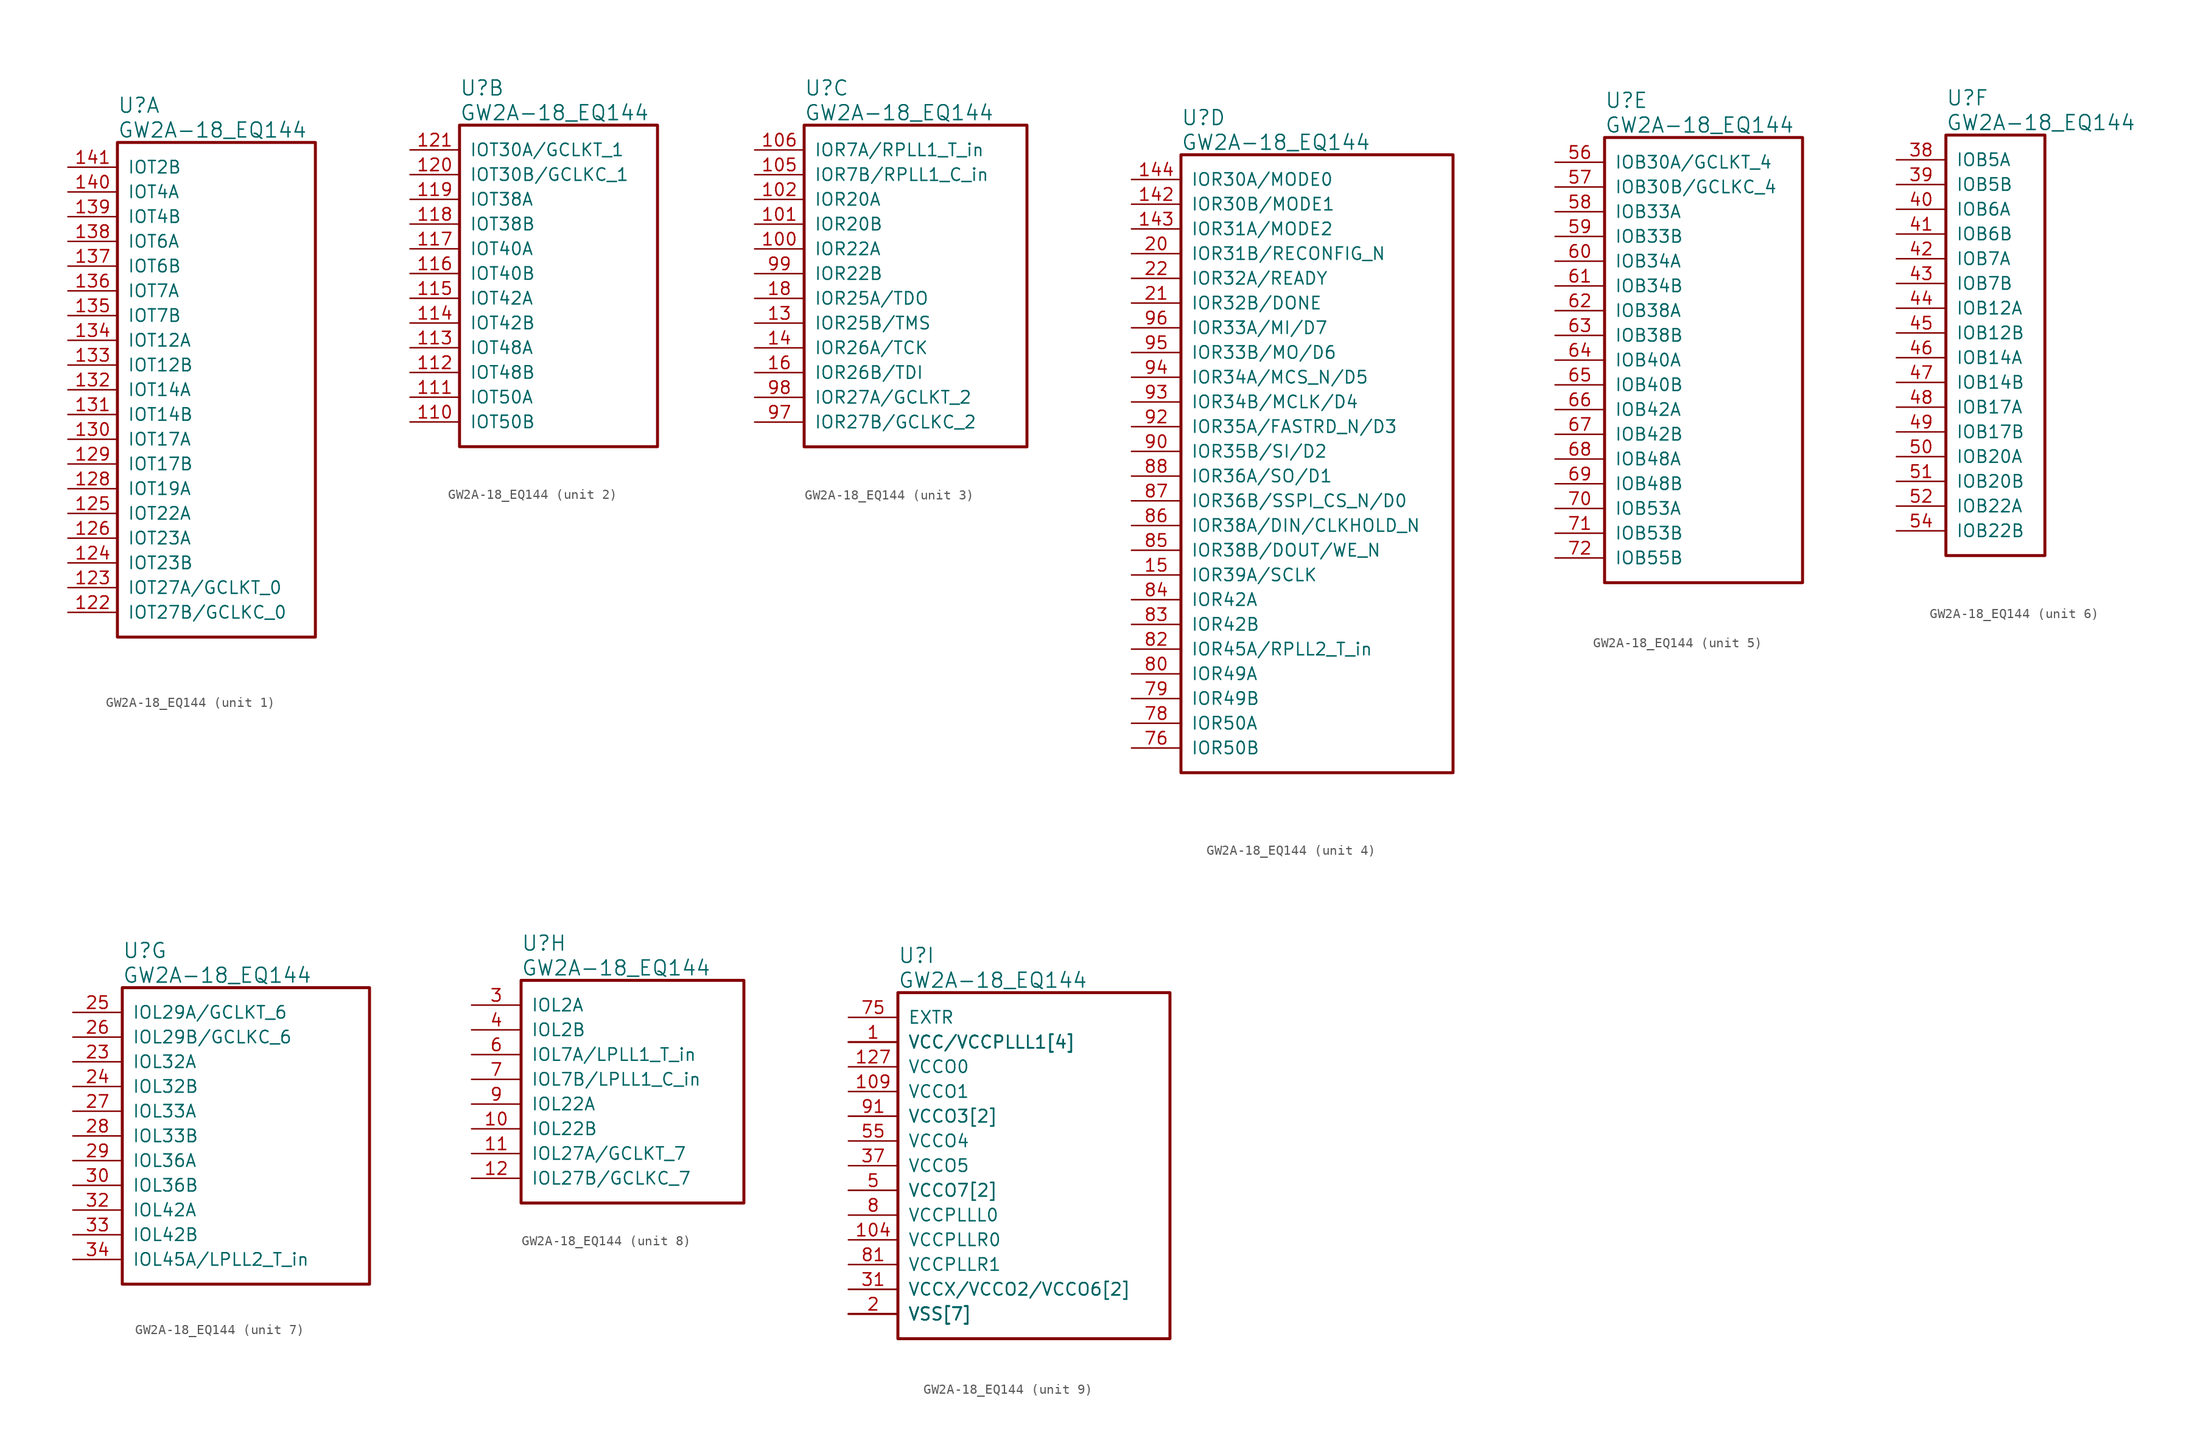
<source format=kicad_sym>
(kicad_symbol_lib
  (version 20220914)
  (generator kicad_symbol_editor)
  (symbol "GW2A-18_EQ144"
    (pin_names
      (offset 1.016))
    (property "Reference" "U"
      (at 5.08 6.35 0)
      (effects (font (size 1.524 1.524)) (justify left)))
    (property "Value" "GW2A-18_EQ144"
      (at 5.08 3.81 0)
      (effects (font (size 1.524 1.524)) (justify left)))
    (property "ki_locked" ""
      (at 0 0 0)
      (effects (font (size 1.27 1.27))))
    (symbol "GW2A-18_EQ144_1_1"
      (rectangle (start 5.08 2.54) (end 25.4 -48.26) (stroke (width 0.305) (type solid)) (fill (type none)))
      (pin bidirectional line (at 0 -45.72 0) (length 5.08) (name "IOT27B/GCLKC_0" (effects (font (size 1.27 1.27)))) (number "122" (effects (font (size 1.27 1.27)))))
      (pin bidirectional line (at 0 -43.18 0) (length 5.08) (name "IOT27A/GCLKT_0" (effects (font (size 1.27 1.27)))) (number "123" (effects (font (size 1.27 1.27)))))
      (pin bidirectional line (at 0 -40.64 0) (length 5.08) (name "IOT23B" (effects (font (size 1.27 1.27)))) (number "124" (effects (font (size 1.27 1.27)))))
      (pin bidirectional line (at 0 -35.56 0) (length 5.08) (name "IOT22A" (effects (font (size 1.27 1.27)))) (number "125" (effects (font (size 1.27 1.27)))))
      (pin bidirectional line (at 0 -38.1 0) (length 5.08) (name "IOT23A" (effects (font (size 1.27 1.27)))) (number "126" (effects (font (size 1.27 1.27)))))
      (pin bidirectional line (at 0 -33.02 0) (length 5.08) (name "IOT19A" (effects (font (size 1.27 1.27)))) (number "128" (effects (font (size 1.27 1.27)))))
      (pin bidirectional line (at 0 -30.48 0) (length 5.08) (name "IOT17B" (effects (font (size 1.27 1.27)))) (number "129" (effects (font (size 1.27 1.27)))))
      (pin bidirectional line (at 0 -27.94 0) (length 5.08) (name "IOT17A" (effects (font (size 1.27 1.27)))) (number "130" (effects (font (size 1.27 1.27)))))
      (pin bidirectional line (at 0 -25.4 0) (length 5.08) (name "IOT14B" (effects (font (size 1.27 1.27)))) (number "131" (effects (font (size 1.27 1.27)))))
      (pin bidirectional line (at 0 -22.86 0) (length 5.08) (name "IOT14A" (effects (font (size 1.27 1.27)))) (number "132" (effects (font (size 1.27 1.27)))))
      (pin bidirectional line (at 0 -20.32 0) (length 5.08) (name "IOT12B" (effects (font (size 1.27 1.27)))) (number "133" (effects (font (size 1.27 1.27)))))
      (pin bidirectional line (at 0 -17.78 0) (length 5.08) (name "IOT12A" (effects (font (size 1.27 1.27)))) (number "134" (effects (font (size 1.27 1.27)))))
      (pin bidirectional line (at 0 -15.24 0) (length 5.08) (name "IOT7B" (effects (font (size 1.27 1.27)))) (number "135" (effects (font (size 1.27 1.27)))))
      (pin bidirectional line (at 0 -12.7 0) (length 5.08) (name "IOT7A" (effects (font (size 1.27 1.27)))) (number "136" (effects (font (size 1.27 1.27)))))
      (pin bidirectional line (at 0 -10.16 0) (length 5.08) (name "IOT6B" (effects (font (size 1.27 1.27)))) (number "137" (effects (font (size 1.27 1.27)))))
      (pin bidirectional line (at 0 -7.62 0) (length 5.08) (name "IOT6A" (effects (font (size 1.27 1.27)))) (number "138" (effects (font (size 1.27 1.27)))))
      (pin bidirectional line (at 0 -5.08 0) (length 5.08) (name "IOT4B" (effects (font (size 1.27 1.27)))) (number "139" (effects (font (size 1.27 1.27)))))
      (pin bidirectional line (at 0 -2.54 0) (length 5.08) (name "IOT4A" (effects (font (size 1.27 1.27)))) (number "140" (effects (font (size 1.27 1.27)))))
      (pin bidirectional line (at 0 0 0) (length 5.08) (name "IOT2B" (effects (font (size 1.27 1.27)))) (number "141" (effects (font (size 1.27 1.27))))))
    (symbol "GW2A-18_EQ144_2_1"
      (rectangle (start 5.08 2.54) (end 25.4 -30.48) (stroke (width 0.305) (type solid)) (fill (type none)))
      (pin bidirectional line (at 0 -27.94 0) (length 5.08) (name "IOT50B" (effects (font (size 1.27 1.27)))) (number "110" (effects (font (size 1.27 1.27)))))
      (pin bidirectional line (at 0 -25.4 0) (length 5.08) (name "IOT50A" (effects (font (size 1.27 1.27)))) (number "111" (effects (font (size 1.27 1.27)))))
      (pin bidirectional line (at 0 -22.86 0) (length 5.08) (name "IOT48B" (effects (font (size 1.27 1.27)))) (number "112" (effects (font (size 1.27 1.27)))))
      (pin bidirectional line (at 0 -20.32 0) (length 5.08) (name "IOT48A" (effects (font (size 1.27 1.27)))) (number "113" (effects (font (size 1.27 1.27)))))
      (pin bidirectional line (at 0 -17.78 0) (length 5.08) (name "IOT42B" (effects (font (size 1.27 1.27)))) (number "114" (effects (font (size 1.27 1.27)))))
      (pin bidirectional line (at 0 -15.24 0) (length 5.08) (name "IOT42A" (effects (font (size 1.27 1.27)))) (number "115" (effects (font (size 1.27 1.27)))))
      (pin bidirectional line (at 0 -12.7 0) (length 5.08) (name "IOT40B" (effects (font (size 1.27 1.27)))) (number "116" (effects (font (size 1.27 1.27)))))
      (pin bidirectional line (at 0 -10.16 0) (length 5.08) (name "IOT40A" (effects (font (size 1.27 1.27)))) (number "117" (effects (font (size 1.27 1.27)))))
      (pin bidirectional line (at 0 -7.62 0) (length 5.08) (name "IOT38B" (effects (font (size 1.27 1.27)))) (number "118" (effects (font (size 1.27 1.27)))))
      (pin bidirectional line (at 0 -5.08 0) (length 5.08) (name "IOT38A" (effects (font (size 1.27 1.27)))) (number "119" (effects (font (size 1.27 1.27)))))
      (pin bidirectional line (at 0 -2.54 0) (length 5.08) (name "IOT30B/GCLKC_1" (effects (font (size 1.27 1.27)))) (number "120" (effects (font (size 1.27 1.27)))))
      (pin bidirectional line (at 0 0 0) (length 5.08) (name "IOT30A/GCLKT_1" (effects (font (size 1.27 1.27)))) (number "121" (effects (font (size 1.27 1.27))))))
    (symbol "GW2A-18_EQ144_3_1"
      (rectangle (start 5.08 2.54) (end 27.94 -30.48) (stroke (width 0.305) (type solid)) (fill (type none)))
      (pin bidirectional line (at 0 -10.16 0) (length 5.08) (name "IOR22A" (effects (font (size 1.27 1.27)))) (number "100" (effects (font (size 1.27 1.27)))))
      (pin bidirectional line (at 0 -7.62 0) (length 5.08) (name "IOR20B" (effects (font (size 1.27 1.27)))) (number "101" (effects (font (size 1.27 1.27)))))
      (pin bidirectional line (at 0 -5.08 0) (length 5.08) (name "IOR20A" (effects (font (size 1.27 1.27)))) (number "102" (effects (font (size 1.27 1.27)))))
      (pin bidirectional line (at 0 -2.54 0) (length 5.08) (name "IOR7B/RPLL1_C_in" (effects (font (size 1.27 1.27)))) (number "105" (effects (font (size 1.27 1.27)))))
      (pin bidirectional line (at 0 0 0) (length 5.08) (name "IOR7A/RPLL1_T_in" (effects (font (size 1.27 1.27)))) (number "106" (effects (font (size 1.27 1.27)))))
      (pin bidirectional line (at 0 -17.78 0) (length 5.08) (name "IOR25B/TMS" (effects (font (size 1.27 1.27)))) (number "13" (effects (font (size 1.27 1.27)))))
      (pin bidirectional line (at 0 -20.32 0) (length 5.08) (name "IOR26A/TCK" (effects (font (size 1.27 1.27)))) (number "14" (effects (font (size 1.27 1.27)))))
      (pin bidirectional line (at 0 -22.86 0) (length 5.08) (name "IOR26B/TDI" (effects (font (size 1.27 1.27)))) (number "16" (effects (font (size 1.27 1.27)))))
      (pin bidirectional line (at 0 -15.24 0) (length 5.08) (name "IOR25A/TDO" (effects (font (size 1.27 1.27)))) (number "18" (effects (font (size 1.27 1.27)))))
      (pin bidirectional line (at 0 -27.94 0) (length 5.08) (name "IOR27B/GCLKC_2" (effects (font (size 1.27 1.27)))) (number "97" (effects (font (size 1.27 1.27)))))
      (pin bidirectional line (at 0 -25.4 0) (length 5.08) (name "IOR27A/GCLKT_2" (effects (font (size 1.27 1.27)))) (number "98" (effects (font (size 1.27 1.27)))))
      (pin bidirectional line (at 0 -12.7 0) (length 5.08) (name "IOR22B" (effects (font (size 1.27 1.27)))) (number "99" (effects (font (size 1.27 1.27))))))
    (symbol "GW2A-18_EQ144_4_1"
      (rectangle (start 5.08 2.54) (end 33.02 -60.96) (stroke (width 0.305) (type solid)) (fill (type none)))
      (pin bidirectional line (at 0 -2.54 0) (length 5.08) (name "IOR30B/MODE1" (effects (font (size 1.27 1.27)))) (number "142" (effects (font (size 1.27 1.27)))))
      (pin bidirectional line (at 0 -5.08 0) (length 5.08) (name "IOR31A/MODE2" (effects (font (size 1.27 1.27)))) (number "143" (effects (font (size 1.27 1.27)))))
      (pin bidirectional line (at 0 0 0) (length 5.08) (name "IOR30A/MODE0" (effects (font (size 1.27 1.27)))) (number "144" (effects (font (size 1.27 1.27)))))
      (pin bidirectional line (at 0 -40.64 0) (length 5.08) (name "IOR39A/SCLK" (effects (font (size 1.27 1.27)))) (number "15" (effects (font (size 1.27 1.27)))))
      (pin bidirectional line (at 0 -7.62 0) (length 5.08) (name "IOR31B/RECONFIG_N" (effects (font (size 1.27 1.27)))) (number "20" (effects (font (size 1.27 1.27)))))
      (pin bidirectional line (at 0 -12.7 0) (length 5.08) (name "IOR32B/DONE" (effects (font (size 1.27 1.27)))) (number "21" (effects (font (size 1.27 1.27)))))
      (pin bidirectional line (at 0 -10.16 0) (length 5.08) (name "IOR32A/READY" (effects (font (size 1.27 1.27)))) (number "22" (effects (font (size 1.27 1.27)))))
      (pin bidirectional line (at 0 -58.42 0) (length 5.08) (name "IOR50B" (effects (font (size 1.27 1.27)))) (number "76" (effects (font (size 1.27 1.27)))))
      (pin bidirectional line (at 0 -55.88 0) (length 5.08) (name "IOR50A" (effects (font (size 1.27 1.27)))) (number "78" (effects (font (size 1.27 1.27)))))
      (pin bidirectional line (at 0 -53.34 0) (length 5.08) (name "IOR49B" (effects (font (size 1.27 1.27)))) (number "79" (effects (font (size 1.27 1.27)))))
      (pin bidirectional line (at 0 -50.8 0) (length 5.08) (name "IOR49A" (effects (font (size 1.27 1.27)))) (number "80" (effects (font (size 1.27 1.27)))))
      (pin bidirectional line (at 0 -48.26 0) (length 5.08) (name "IOR45A/RPLL2_T_in" (effects (font (size 1.27 1.27)))) (number "82" (effects (font (size 1.27 1.27)))))
      (pin bidirectional line (at 0 -45.72 0) (length 5.08) (name "IOR42B" (effects (font (size 1.27 1.27)))) (number "83" (effects (font (size 1.27 1.27)))))
      (pin bidirectional line (at 0 -43.18 0) (length 5.08) (name "IOR42A" (effects (font (size 1.27 1.27)))) (number "84" (effects (font (size 1.27 1.27)))))
      (pin bidirectional line (at 0 -38.1 0) (length 5.08) (name "IOR38B/DOUT/WE_N" (effects (font (size 1.27 1.27)))) (number "85" (effects (font (size 1.27 1.27)))))
      (pin bidirectional line (at 0 -35.56 0) (length 5.08) (name "IOR38A/DIN/CLKHOLD_N" (effects (font (size 1.27 1.27)))) (number "86" (effects (font (size 1.27 1.27)))))
      (pin bidirectional line (at 0 -33.02 0) (length 5.08) (name "IOR36B/SSPI_CS_N/D0" (effects (font (size 1.27 1.27)))) (number "87" (effects (font (size 1.27 1.27)))))
      (pin bidirectional line (at 0 -30.48 0) (length 5.08) (name "IOR36A/SO/D1" (effects (font (size 1.27 1.27)))) (number "88" (effects (font (size 1.27 1.27)))))
      (pin bidirectional line (at 0 -27.94 0) (length 5.08) (name "IOR35B/SI/D2" (effects (font (size 1.27 1.27)))) (number "90" (effects (font (size 1.27 1.27)))))
      (pin bidirectional line (at 0 -25.4 0) (length 5.08) (name "IOR35A/FASTRD_N/D3" (effects (font (size 1.27 1.27)))) (number "92" (effects (font (size 1.27 1.27)))))
      (pin bidirectional line (at 0 -22.86 0) (length 5.08) (name "IOR34B/MCLK/D4" (effects (font (size 1.27 1.27)))) (number "93" (effects (font (size 1.27 1.27)))))
      (pin bidirectional line (at 0 -20.32 0) (length 5.08) (name "IOR34A/MCS_N/D5" (effects (font (size 1.27 1.27)))) (number "94" (effects (font (size 1.27 1.27)))))
      (pin bidirectional line (at 0 -17.78 0) (length 5.08) (name "IOR33B/MO/D6" (effects (font (size 1.27 1.27)))) (number "95" (effects (font (size 1.27 1.27)))))
      (pin bidirectional line (at 0 -15.24 0) (length 5.08) (name "IOR33A/MI/D7" (effects (font (size 1.27 1.27)))) (number "96" (effects (font (size 1.27 1.27))))))
    (symbol "GW2A-18_EQ144_5_1"
      (rectangle (start 5.08 2.54) (end 25.4 -43.18) (stroke (width 0.305) (type solid)) (fill (type none)))
      (pin bidirectional line (at 0 0 0) (length 5.08) (name "IOB30A/GCLKT_4" (effects (font (size 1.27 1.27)))) (number "56" (effects (font (size 1.27 1.27)))))
      (pin bidirectional line (at 0 -2.54 0) (length 5.08) (name "IOB30B/GCLKC_4" (effects (font (size 1.27 1.27)))) (number "57" (effects (font (size 1.27 1.27)))))
      (pin bidirectional line (at 0 -5.08 0) (length 5.08) (name "IOB33A" (effects (font (size 1.27 1.27)))) (number "58" (effects (font (size 1.27 1.27)))))
      (pin bidirectional line (at 0 -7.62 0) (length 5.08) (name "IOB33B" (effects (font (size 1.27 1.27)))) (number "59" (effects (font (size 1.27 1.27)))))
      (pin bidirectional line (at 0 -10.16 0) (length 5.08) (name "IOB34A" (effects (font (size 1.27 1.27)))) (number "60" (effects (font (size 1.27 1.27)))))
      (pin bidirectional line (at 0 -12.7 0) (length 5.08) (name "IOB34B" (effects (font (size 1.27 1.27)))) (number "61" (effects (font (size 1.27 1.27)))))
      (pin bidirectional line (at 0 -15.24 0) (length 5.08) (name "IOB38A" (effects (font (size 1.27 1.27)))) (number "62" (effects (font (size 1.27 1.27)))))
      (pin bidirectional line (at 0 -17.78 0) (length 5.08) (name "IOB38B" (effects (font (size 1.27 1.27)))) (number "63" (effects (font (size 1.27 1.27)))))
      (pin bidirectional line (at 0 -20.32 0) (length 5.08) (name "IOB40A" (effects (font (size 1.27 1.27)))) (number "64" (effects (font (size 1.27 1.27)))))
      (pin bidirectional line (at 0 -22.86 0) (length 5.08) (name "IOB40B" (effects (font (size 1.27 1.27)))) (number "65" (effects (font (size 1.27 1.27)))))
      (pin bidirectional line (at 0 -25.4 0) (length 5.08) (name "IOB42A" (effects (font (size 1.27 1.27)))) (number "66" (effects (font (size 1.27 1.27)))))
      (pin bidirectional line (at 0 -27.94 0) (length 5.08) (name "IOB42B" (effects (font (size 1.27 1.27)))) (number "67" (effects (font (size 1.27 1.27)))))
      (pin bidirectional line (at 0 -30.48 0) (length 5.08) (name "IOB48A" (effects (font (size 1.27 1.27)))) (number "68" (effects (font (size 1.27 1.27)))))
      (pin bidirectional line (at 0 -33.02 0) (length 5.08) (name "IOB48B" (effects (font (size 1.27 1.27)))) (number "69" (effects (font (size 1.27 1.27)))))
      (pin bidirectional line (at 0 -35.56 0) (length 5.08) (name "IOB53A" (effects (font (size 1.27 1.27)))) (number "70" (effects (font (size 1.27 1.27)))))
      (pin bidirectional line (at 0 -38.1 0) (length 5.08) (name "IOB53B" (effects (font (size 1.27 1.27)))) (number "71" (effects (font (size 1.27 1.27)))))
      (pin bidirectional line (at 0 -40.64 0) (length 5.08) (name "IOB55B" (effects (font (size 1.27 1.27)))) (number "72" (effects (font (size 1.27 1.27))))))
    (symbol "GW2A-18_EQ144_6_1"
      (rectangle (start 5.08 2.54) (end 15.24 -40.64) (stroke (width 0.305) (type solid)) (fill (type none)))
      (pin bidirectional line (at 0 0 0) (length 5.08) (name "IOB5A" (effects (font (size 1.27 1.27)))) (number "38" (effects (font (size 1.27 1.27)))))
      (pin bidirectional line (at 0 -2.54 0) (length 5.08) (name "IOB5B" (effects (font (size 1.27 1.27)))) (number "39" (effects (font (size 1.27 1.27)))))
      (pin bidirectional line (at 0 -5.08 0) (length 5.08) (name "IOB6A" (effects (font (size 1.27 1.27)))) (number "40" (effects (font (size 1.27 1.27)))))
      (pin bidirectional line (at 0 -7.62 0) (length 5.08) (name "IOB6B" (effects (font (size 1.27 1.27)))) (number "41" (effects (font (size 1.27 1.27)))))
      (pin bidirectional line (at 0 -10.16 0) (length 5.08) (name "IOB7A" (effects (font (size 1.27 1.27)))) (number "42" (effects (font (size 1.27 1.27)))))
      (pin bidirectional line (at 0 -12.7 0) (length 5.08) (name "IOB7B" (effects (font (size 1.27 1.27)))) (number "43" (effects (font (size 1.27 1.27)))))
      (pin bidirectional line (at 0 -15.24 0) (length 5.08) (name "IOB12A" (effects (font (size 1.27 1.27)))) (number "44" (effects (font (size 1.27 1.27)))))
      (pin bidirectional line (at 0 -17.78 0) (length 5.08) (name "IOB12B" (effects (font (size 1.27 1.27)))) (number "45" (effects (font (size 1.27 1.27)))))
      (pin bidirectional line (at 0 -20.32 0) (length 5.08) (name "IOB14A" (effects (font (size 1.27 1.27)))) (number "46" (effects (font (size 1.27 1.27)))))
      (pin bidirectional line (at 0 -22.86 0) (length 5.08) (name "IOB14B" (effects (font (size 1.27 1.27)))) (number "47" (effects (font (size 1.27 1.27)))))
      (pin bidirectional line (at 0 -25.4 0) (length 5.08) (name "IOB17A" (effects (font (size 1.27 1.27)))) (number "48" (effects (font (size 1.27 1.27)))))
      (pin bidirectional line (at 0 -27.94 0) (length 5.08) (name "IOB17B" (effects (font (size 1.27 1.27)))) (number "49" (effects (font (size 1.27 1.27)))))
      (pin bidirectional line (at 0 -30.48 0) (length 5.08) (name "IOB20A" (effects (font (size 1.27 1.27)))) (number "50" (effects (font (size 1.27 1.27)))))
      (pin bidirectional line (at 0 -33.02 0) (length 5.08) (name "IOB20B" (effects (font (size 1.27 1.27)))) (number "51" (effects (font (size 1.27 1.27)))))
      (pin bidirectional line (at 0 -35.56 0) (length 5.08) (name "IOB22A" (effects (font (size 1.27 1.27)))) (number "52" (effects (font (size 1.27 1.27)))))
      (pin bidirectional line (at 0 -38.1 0) (length 5.08) (name "IOB22B" (effects (font (size 1.27 1.27)))) (number "54" (effects (font (size 1.27 1.27))))))
    (symbol "GW2A-18_EQ144_7_1"
      (rectangle (start 5.08 2.54) (end 30.48 -27.94) (stroke (width 0.305) (type solid)) (fill (type none)))
      (pin bidirectional line (at 0 -5.08 0) (length 5.08) (name "IOL32A" (effects (font (size 1.27 1.27)))) (number "23" (effects (font (size 1.27 1.27)))))
      (pin bidirectional line (at 0 -7.62 0) (length 5.08) (name "IOL32B" (effects (font (size 1.27 1.27)))) (number "24" (effects (font (size 1.27 1.27)))))
      (pin bidirectional line (at 0 0 0) (length 5.08) (name "IOL29A/GCLKT_6" (effects (font (size 1.27 1.27)))) (number "25" (effects (font (size 1.27 1.27)))))
      (pin bidirectional line (at 0 -2.54 0) (length 5.08) (name "IOL29B/GCLKC_6" (effects (font (size 1.27 1.27)))) (number "26" (effects (font (size 1.27 1.27)))))
      (pin bidirectional line (at 0 -10.16 0) (length 5.08) (name "IOL33A" (effects (font (size 1.27 1.27)))) (number "27" (effects (font (size 1.27 1.27)))))
      (pin bidirectional line (at 0 -12.7 0) (length 5.08) (name "IOL33B" (effects (font (size 1.27 1.27)))) (number "28" (effects (font (size 1.27 1.27)))))
      (pin bidirectional line (at 0 -15.24 0) (length 5.08) (name "IOL36A" (effects (font (size 1.27 1.27)))) (number "29" (effects (font (size 1.27 1.27)))))
      (pin bidirectional line (at 0 -17.78 0) (length 5.08) (name "IOL36B" (effects (font (size 1.27 1.27)))) (number "30" (effects (font (size 1.27 1.27)))))
      (pin bidirectional line (at 0 -20.32 0) (length 5.08) (name "IOL42A" (effects (font (size 1.27 1.27)))) (number "32" (effects (font (size 1.27 1.27)))))
      (pin bidirectional line (at 0 -22.86 0) (length 5.08) (name "IOL42B" (effects (font (size 1.27 1.27)))) (number "33" (effects (font (size 1.27 1.27)))))
      (pin bidirectional line (at 0 -25.4 0) (length 5.08) (name "IOL45A/LPLL2_T_in" (effects (font (size 1.27 1.27)))) (number "34" (effects (font (size 1.27 1.27))))))
    (symbol "GW2A-18_EQ144_8_1"
      (rectangle (start 5.08 2.54) (end 27.94 -20.32) (stroke (width 0.305) (type solid)) (fill (type none)))
      (pin bidirectional line (at 0 -12.7 0) (length 5.08) (name "IOL22B" (effects (font (size 1.27 1.27)))) (number "10" (effects (font (size 1.27 1.27)))))
      (pin bidirectional line (at 0 -15.24 0) (length 5.08) (name "IOL27A/GCLKT_7" (effects (font (size 1.27 1.27)))) (number "11" (effects (font (size 1.27 1.27)))))
      (pin bidirectional line (at 0 -17.78 0) (length 5.08) (name "IOL27B/GCLKC_7" (effects (font (size 1.27 1.27)))) (number "12" (effects (font (size 1.27 1.27)))))
      (pin bidirectional line (at 0 0 0) (length 5.08) (name "IOL2A" (effects (font (size 1.27 1.27)))) (number "3" (effects (font (size 1.27 1.27)))))
      (pin bidirectional line (at 0 -2.54 0) (length 5.08) (name "IOL2B" (effects (font (size 1.27 1.27)))) (number "4" (effects (font (size 1.27 1.27)))))
      (pin bidirectional line (at 0 -5.08 0) (length 5.08) (name "IOL7A/LPLL1_T_in" (effects (font (size 1.27 1.27)))) (number "6" (effects (font (size 1.27 1.27)))))
      (pin bidirectional line (at 0 -7.62 0) (length 5.08) (name "IOL7B/LPLL1_C_in" (effects (font (size 1.27 1.27)))) (number "7" (effects (font (size 1.27 1.27)))))
      (pin bidirectional line (at 0 -10.16 0) (length 5.08) (name "IOL22A" (effects (font (size 1.27 1.27)))) (number "9" (effects (font (size 1.27 1.27))))))
    (symbol "GW2A-18_EQ144_9_1"
      (rectangle (start 5.08 2.54) (end 33.02 -33.02) (stroke (width 0.305) (type solid)) (fill (type none)))
      (pin power_in line (at 0 -2.54 0) (length 5.08) (name "VCC/VCCPLLL1[4]" (effects (font (size 1.27 1.27)))) (number "1" (effects (font (size 1.27 1.27)))))
      (pin power_in line (at 0 -27.94 0) (length 5.08) (name "VCCX/VCCO2/VCCO6[2]" (effects (font (size 1.27 1.27)))) (number "103" (effects (font (size 0 0)))))
      (pin power_in line (at 0 -22.86 0) (length 5.08) (name "VCCPLLR0" (effects (font (size 1.27 1.27)))) (number "104" (effects (font (size 1.27 1.27)))))
      (pin power_in line (at 0 -30.48 0) (length 5.08) (name "VSS[7]" (effects (font (size 1.27 1.27)))) (number "107" (effects (font (size 0 0)))))
      (pin power_in line (at 0 -2.54 0) (length 5.08) (name "VCC/VCCPLLL1[4]" (effects (font (size 1.27 1.27)))) (number "108" (effects (font (size 0 0)))))
      (pin power_in line (at 0 -7.62 0) (length 5.08) (name "VCCO1" (effects (font (size 1.27 1.27)))) (number "109" (effects (font (size 1.27 1.27)))))
      (pin power_in line (at 0 -5.08 0) (length 5.08) (name "VCCO0" (effects (font (size 1.27 1.27)))) (number "127" (effects (font (size 1.27 1.27)))))
      (pin power_in line (at 0 -30.48 0) (length 5.08) (name "VSS[7]" (effects (font (size 1.27 1.27)))) (number "17" (effects (font (size 0 0)))))
      (pin power_in line (at 0 -17.78 0) (length 5.08) (name "VCCO7[2]" (effects (font (size 1.27 1.27)))) (number "19" (effects (font (size 0 0)))))
      (pin power_in line (at 0 -30.48 0) (length 5.08) (name "VSS[7]" (effects (font (size 1.27 1.27)))) (number "2" (effects (font (size 1.27 1.27)))))
      (pin power_in line (at 0 -27.94 0) (length 5.08) (name "VCCX/VCCO2/VCCO6[2]" (effects (font (size 1.27 1.27)))) (number "31" (effects (font (size 1.27 1.27)))))
      (pin power_in line (at 0 -30.48 0) (length 5.08) (name "VSS[7]" (effects (font (size 1.27 1.27)))) (number "35" (effects (font (size 0 0)))))
      (pin power_in line (at 0 -2.54 0) (length 5.08) (name "VCC/VCCPLLL1[4]" (effects (font (size 1.27 1.27)))) (number "36" (effects (font (size 0 0)))))
      (pin power_in line (at 0 -15.24 0) (length 5.08) (name "VCCO5" (effects (font (size 1.27 1.27)))) (number "37" (effects (font (size 1.27 1.27)))))
      (pin power_in line (at 0 -17.78 0) (length 5.08) (name "VCCO7[2]" (effects (font (size 1.27 1.27)))) (number "5" (effects (font (size 1.27 1.27)))))
      (pin power_in line (at 0 -30.48 0) (length 5.08) (name "VSS[7]" (effects (font (size 1.27 1.27)))) (number "53" (effects (font (size 0 0)))))
      (pin power_in line (at 0 -12.7 0) (length 5.08) (name "VCCO4" (effects (font (size 1.27 1.27)))) (number "55" (effects (font (size 1.27 1.27)))))
      (pin power_in line (at 0 -2.54 0) (length 5.08) (name "VCC/VCCPLLL1[4]" (effects (font (size 1.27 1.27)))) (number "73" (effects (font (size 0 0)))))
      (pin power_in line (at 0 -30.48 0) (length 5.08) (name "VSS[7]" (effects (font (size 1.27 1.27)))) (number "74" (effects (font (size 0 0)))))
      (pin power_in line (at 0 0 0) (length 5.08) (name "EXTR" (effects (font (size 1.27 1.27)))) (number "75" (effects (font (size 1.27 1.27)))))
      (pin power_in line (at 0 -10.16 0) (length 5.08) (name "VCCO3[2]" (effects (font (size 1.27 1.27)))) (number "77" (effects (font (size 0 0)))))
      (pin power_in line (at 0 -20.32 0) (length 5.08) (name "VCCPLLL0" (effects (font (size 1.27 1.27)))) (number "8" (effects (font (size 1.27 1.27)))))
      (pin power_in line (at 0 -25.4 0) (length 5.08) (name "VCCPLLR1" (effects (font (size 1.27 1.27)))) (number "81" (effects (font (size 1.27 1.27)))))
      (pin power_in line (at 0 -30.48 0) (length 5.08) (name "VSS[7]" (effects (font (size 1.27 1.27)))) (number "89" (effects (font (size 0 0)))))
      (pin power_in line (at 0 -10.16 0) (length 5.08) (name "VCCO3[2]" (effects (font (size 1.27 1.27)))) (number "91" (effects (font (size 1.27 1.27))))))))
</source>
